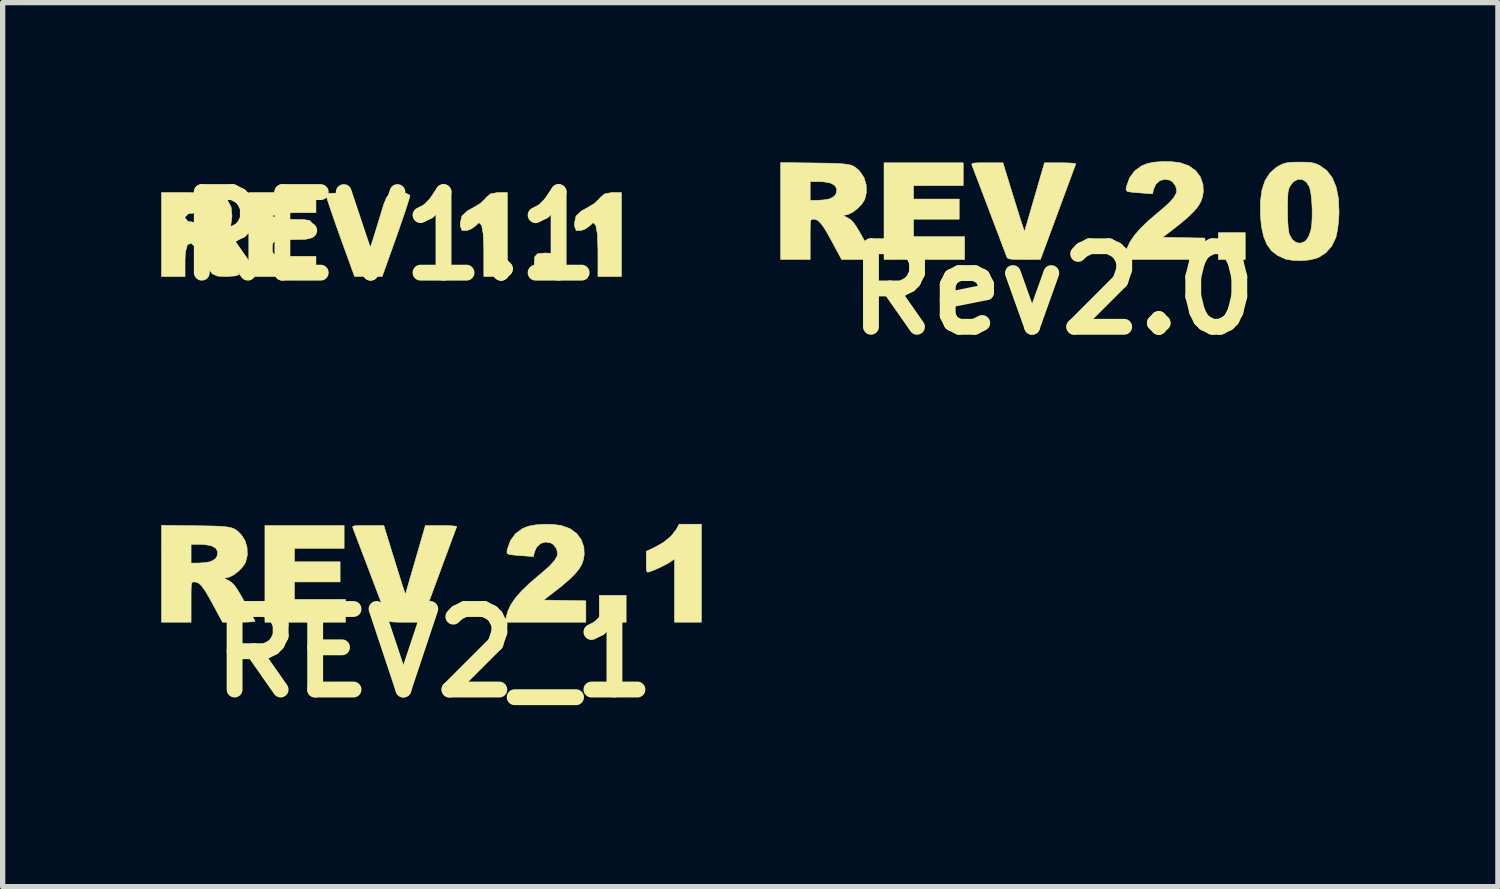
<source format=kicad_pcb>
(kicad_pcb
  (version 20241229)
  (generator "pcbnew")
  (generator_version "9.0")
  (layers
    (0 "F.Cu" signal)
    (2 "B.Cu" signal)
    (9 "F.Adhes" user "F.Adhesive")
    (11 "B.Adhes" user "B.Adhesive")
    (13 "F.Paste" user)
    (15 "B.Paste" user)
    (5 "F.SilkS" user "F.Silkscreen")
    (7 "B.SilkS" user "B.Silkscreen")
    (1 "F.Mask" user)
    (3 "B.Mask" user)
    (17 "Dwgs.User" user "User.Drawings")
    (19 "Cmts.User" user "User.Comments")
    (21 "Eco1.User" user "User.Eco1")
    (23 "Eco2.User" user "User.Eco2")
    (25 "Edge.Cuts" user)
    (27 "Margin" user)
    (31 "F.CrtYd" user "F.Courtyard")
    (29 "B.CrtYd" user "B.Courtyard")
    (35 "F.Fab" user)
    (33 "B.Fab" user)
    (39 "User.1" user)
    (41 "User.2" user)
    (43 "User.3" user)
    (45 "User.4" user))
  (footprint "REV2_1"
    (layer "F.Cu")
    (at 5.161 9.303)
    (property "Reference" "REV2_1" (at 0 0 0) (layer "F.SilkS") (effects (font (size 1.524 1.524) (thickness 0.3))))
    (attr through_hole)
    (fp_poly (pts (xy 3.632 -0.584) (xy 3.124 -0.584) (xy 3.124 -1.092) (xy 3.632 -1.092) (xy 3.632 -0.584)) (stroke (width 0.01) (type solid)) (fill yes) (layer "F.SilkS"))
    (fp_poly (pts (xy -1.702 -1.981) (xy -2.642 -1.981) (xy -2.642 -1.727) (xy -1.778 -1.727) (xy -1.778 -1.346) (xy -2.642 -1.346) (xy -2.642 -1.016) (xy -1.676 -1.016) (xy -1.676 -0.584) (xy -3.2 -0.584) (xy -3.2 -2.413) (xy -1.702 -2.413) (xy -1.702 -1.981)) (stroke (width 0.01) (type solid)) (fill yes) (layer "F.SilkS"))
    (fp_poly (pts (xy 5.055 -0.584) (xy 4.547 -0.584) (xy 4.547 -1.781) (xy 4.472 -1.728) (xy 4.397 -1.683) (xy 4.295 -1.631) (xy 4.186 -1.581) (xy 4.091 -1.544) (xy 4.07 -1.537) (xy 4.042 -1.531) (xy 4.025 -1.54) (xy 4.017 -1.573) (xy 4.014 -1.64) (xy 4.013 -1.723) (xy 4.013 -1.926) (xy 4.175 -2.001) (xy 4.341 -2.096) (xy 4.477 -2.207) (xy 4.574 -2.328) (xy 4.586 -2.348) (xy 4.634 -2.438) (xy 5.055 -2.438) (xy 5.055 -0.584)) (stroke (width 0.01) (type solid)) (fill yes) (layer "F.SilkS"))
    (fp_poly (pts (xy -0.789 -1.886) (xy -0.738 -1.722) (xy -0.69 -1.567) (xy -0.647 -1.43) (xy -0.613 -1.32) (xy -0.589 -1.247) (xy -0.585 -1.235) (xy -0.543 -1.111) (xy -0.354 -1.762) (xy -0.165 -2.413) (xy 0.135 -2.413) (xy 0.251 -2.411) (xy 0.345 -2.407) (xy 0.407 -2.4) (xy 0.428 -2.391) (xy 0.428 -2.391) (xy 0.417 -2.363) (xy 0.391 -2.293) (xy 0.351 -2.186) (xy 0.3 -2.047) (xy 0.239 -1.883) (xy 0.17 -1.697) (xy 0.096 -1.496) (xy 0.089 -1.477) (xy -0.241 -0.585) (xy -0.55 -0.584) (xy -0.681 -0.585) (xy -0.771 -0.588) (xy -0.827 -0.595) (xy -0.858 -0.607) (xy -0.874 -0.624) (xy -0.876 -0.629) (xy -0.889 -0.662) (xy -0.917 -0.737) (xy -0.96 -0.849) (xy -1.013 -0.99) (xy -1.076 -1.156) (xy -1.146 -1.34) (xy -1.206 -1.499) (xy -1.28 -1.694) (xy -1.349 -1.875) (xy -1.41 -2.036) (xy -1.462 -2.172) (xy -1.502 -2.277) (xy -1.528 -2.345) (xy -1.537 -2.369) (xy -1.541 -2.387) (xy -1.529 -2.4) (xy -1.493 -2.408) (xy -1.426 -2.412) (xy -1.32 -2.413) (xy -1.253 -2.413) (xy -0.951 -2.413) (xy -0.789 -1.886)) (stroke (width 0.01) (type solid)) (fill yes) (layer "F.SilkS"))
    (fp_poly (pts (xy 2.238 -2.434) (xy 2.389 -2.416) (xy 2.41 -2.411) (xy 2.568 -2.355) (xy 2.694 -2.264) (xy 2.784 -2.144) (xy 2.833 -2.002) (xy 2.839 -1.864) (xy 2.824 -1.769) (xy 2.793 -1.68) (xy 2.741 -1.591) (xy 2.664 -1.497) (xy 2.558 -1.393) (xy 2.418 -1.273) (xy 2.239 -1.132) (xy 2.22 -1.118) (xy 2.07 -1.003) (xy 2.47 -0.996) (xy 2.87 -0.989) (xy 2.87 -0.584) (xy 1.342 -0.584) (xy 1.359 -0.667) (xy 1.395 -0.794) (xy 1.454 -0.919) (xy 1.54 -1.045) (xy 1.658 -1.179) (xy 1.812 -1.326) (xy 2.005 -1.491) (xy 2.04 -1.519) (xy 2.182 -1.644) (xy 2.278 -1.751) (xy 2.329 -1.841) (xy 2.337 -1.885) (xy 2.315 -1.976) (xy 2.258 -2.052) (xy 2.207 -2.084) (xy 2.107 -2.101) (xy 2.015 -2.074) (xy 1.942 -2.008) (xy 1.898 -1.911) (xy 1.895 -1.902) (xy 1.88 -1.826) (xy 1.658 -1.842) (xy 1.532 -1.852) (xy 1.45 -1.861) (xy 1.402 -1.873) (xy 1.38 -1.893) (xy 1.378 -1.922) (xy 1.385 -1.962) (xy 1.444 -2.127) (xy 1.54 -2.259) (xy 1.672 -2.355) (xy 1.784 -2.4) (xy 1.914 -2.425) (xy 2.072 -2.437) (xy 2.238 -2.434)) (stroke (width 0.01) (type solid)) (fill yes) (layer "F.SilkS"))
    (fp_poly (pts (xy -4.515 -2.409) (xy -4.305 -2.406) (xy -4.14 -2.402) (xy -4.011 -2.396) (xy -3.914 -2.386) (xy -3.84 -2.372) (xy -3.783 -2.351) (xy -3.737 -2.323) (xy -3.695 -2.287) (xy -3.651 -2.242) (xy -3.578 -2.131) (xy -3.538 -1.996) (xy -3.533 -1.853) (xy -3.565 -1.72) (xy -3.617 -1.636) (xy -3.697 -1.552) (xy -3.788 -1.481) (xy -3.875 -1.438) (xy -3.888 -1.435) (xy -3.972 -1.416) (xy -3.893 -1.375) (xy -3.847 -1.347) (xy -3.805 -1.312) (xy -3.762 -1.261) (xy -3.713 -1.188) (xy -3.652 -1.086) (xy -3.575 -0.948) (xy -3.556 -0.914) (xy -3.496 -0.804) (xy -3.444 -0.71) (xy -3.406 -0.64) (xy -3.387 -0.605) (xy -3.386 -0.603) (xy -3.405 -0.596) (xy -3.467 -0.59) (xy -3.56 -0.586) (xy -3.676 -0.584) (xy -3.689 -0.584) (xy -4.002 -0.584) (xy -4.187 -0.927) (xy -4.271 -1.079) (xy -4.339 -1.191) (xy -4.395 -1.267) (xy -4.444 -1.315) (xy -4.491 -1.34) (xy -4.54 -1.346) (xy -4.562 -1.345) (xy -4.577 -1.336) (xy -4.588 -1.311) (xy -4.594 -1.264) (xy -4.596 -1.186) (xy -4.597 -1.07) (xy -4.597 -0.965) (xy -4.597 -0.584) (xy -5.156 -0.584) (xy -5.156 -1.702) (xy -4.597 -1.702) (xy -4.451 -1.703) (xy -4.352 -1.71) (xy -4.258 -1.724) (xy -4.217 -1.735) (xy -4.137 -1.783) (xy -4.104 -1.836) (xy -4.094 -1.92) (xy -4.131 -1.985) (xy -4.213 -2.03) (xy -4.338 -2.053) (xy -4.426 -2.057) (xy -4.597 -2.057) (xy -4.597 -1.702) (xy -5.156 -1.702) (xy -5.156 -2.417) (xy -4.515 -2.409)) (stroke (width 0.01) (type solid)) (fill yes) (layer "F.SilkS")))
  (footprint "REV1.1"
    (layer "F.Cu")
    (at 4.323 1.418)
    (property "Reference" "REV1.1" (at 0 0 0) (layer "F.SilkS") (effects (font (size 1.524 1.524) (thickness 0.3))))
    (attr through_hole)
    (fp_poly (pts (xy 3.102 0.327) (xy 3.163 0.383) (xy 3.175 0.523) (xy 3.175 0.54) (xy 3.165 0.689) (xy 3.11 0.75) (xy 2.97 0.762) (xy 2.953 0.762) (xy 2.804 0.752) (xy 2.743 0.697) (xy 2.731 0.557) (xy 2.731 0.54) (xy 2.74 0.391) (xy 2.796 0.33) (xy 2.936 0.318) (xy 2.953 0.318) (xy 3.102 0.327)) (stroke (width 0.01) (type solid)) (fill yes) (layer "F.SilkS"))
    (fp_poly (pts (xy 2.223 0.762) (xy 1.778 0.762) (xy 1.778 0.254) (xy 1.768 -0.036) (xy 1.737 -0.208) (xy 1.686 -0.259) (xy 1.624 -0.198) (xy 1.54 -0.138) (xy 1.461 -0.109) (xy 1.368 -0.107) (xy 1.335 -0.19) (xy 1.333 -0.248) (xy 1.363 -0.382) (xy 1.471 -0.482) (xy 1.558 -0.528) (xy 1.712 -0.62) (xy 1.81 -0.713) (xy 1.819 -0.73) (xy 1.905 -0.801) (xy 2.039 -0.826) (xy 2.223 -0.826) (xy 2.223 0.762)) (stroke (width 0.01) (type solid)) (fill yes) (layer "F.SilkS"))
    (fp_poly (pts (xy 4.381 0.762) (xy 3.937 0.762) (xy 3.937 0.254) (xy 3.927 -0.036) (xy 3.896 -0.208) (xy 3.845 -0.259) (xy 3.783 -0.198) (xy 3.699 -0.138) (xy 3.62 -0.109) (xy 3.527 -0.107) (xy 3.494 -0.19) (xy 3.493 -0.248) (xy 3.522 -0.382) (xy 3.63 -0.482) (xy 3.717 -0.528) (xy 3.871 -0.62) (xy 3.969 -0.713) (xy 3.978 -0.73) (xy 4.064 -0.801) (xy 4.198 -0.826) (xy 4.381 -0.826) (xy 4.381 0.762)) (stroke (width 0.01) (type solid)) (fill yes) (layer "F.SilkS"))
    (fp_poly (pts (xy -1.397 -0.445) (xy -1.81 -0.445) (xy -2.025 -0.436) (xy -2.173 -0.412) (xy -2.223 -0.381) (xy -2.165 -0.347) (xy -2.014 -0.324) (xy -1.841 -0.318) (xy -1.631 -0.315) (xy -1.517 -0.298) (xy -1.47 -0.25) (xy -1.461 -0.158) (xy -1.46 -0.127) (xy -1.465 -0.022) (xy -1.5 0.035) (xy -1.595 0.059) (xy -1.78 0.063) (xy -1.841 0.064) (xy -2.053 0.067) (xy -2.167 0.085) (xy -2.213 0.131) (xy -2.222 0.217) (xy -2.223 0.222) (xy -2.215 0.308) (xy -2.174 0.355) (xy -2.071 0.376) (xy -1.877 0.381) (xy -1.81 0.381) (xy -1.397 0.381) (xy -1.397 0.762) (xy -2.667 0.762) (xy -2.667 -0.826) (xy -1.397 -0.826) (xy -1.397 -0.445)) (stroke (width 0.01) (type solid)) (fill yes) (layer "F.SilkS"))
    (fp_poly (pts (xy 0.309 -0.811) (xy 0.38 -0.775) (xy 0.381 -0.769) (xy 0.361 -0.69) (xy 0.306 -0.517) (xy 0.224 -0.275) (xy 0.124 0.011) (xy 0.119 0.025) (xy -0.144 0.762) (xy -0.405 0.761) (xy -0.667 0.76) (xy -0.937 0.015) (xy -1.04 -0.274) (xy -1.124 -0.519) (xy -1.183 -0.696) (xy -1.206 -0.78) (xy -1.206 -0.782) (xy -1.151 -0.81) (xy -1.013 -0.816) (xy -0.974 -0.813) (xy -0.741 -0.794) (xy -0.57 -0.254) (xy -0.488 -0.016) (xy -0.42 0.141) (xy -0.373 0.2) (xy -0.361 0.191) (xy -0.326 0.086) (xy -0.267 -0.103) (xy -0.196 -0.336) (xy -0.187 -0.365) (xy -0.116 -0.599) (xy -0.06 -0.736) (xy -0.001 -0.802) (xy 0.083 -0.824) (xy 0.165 -0.826) (xy 0.309 -0.811)) (stroke (width 0.01) (type solid)) (fill yes) (layer "F.SilkS"))
    (fp_poly (pts (xy -3.451 -0.813) (xy -3.218 -0.77) (xy -3.074 -0.686) (xy -3.002 -0.552) (xy -2.985 -0.381) (xy -3.011 -0.179) (xy -3.102 -0.053) (xy -3.123 -0.037) (xy -3.216 0.043) (xy -3.21 0.113) (xy -3.162 0.173) (xy -3.078 0.29) (xy -2.982 0.451) (xy -2.9 0.609) (xy -2.859 0.716) (xy -2.857 0.727) (xy -2.914 0.749) (xy -3.055 0.761) (xy -3.11 0.762) (xy -3.259 0.754) (xy -3.357 0.711) (xy -3.439 0.605) (xy -3.524 0.445) (xy -3.653 0.228) (xy -3.755 0.133) (xy -3.828 0.159) (xy -3.867 0.305) (xy -3.873 0.445) (xy -3.873 0.762) (xy -4.318 0.762) (xy -4.318 -0.345) (xy -3.873 -0.345) (xy -3.822 -0.283) (xy -3.703 -0.262) (xy -3.567 -0.28) (xy -3.465 -0.333) (xy -3.444 -0.365) (xy -3.477 -0.423) (xy -3.628 -0.444) (xy -3.646 -0.445) (xy -3.81 -0.426) (xy -3.872 -0.365) (xy -3.873 -0.345) (xy -4.318 -0.345) (xy -4.318 -0.826) (xy -3.792 -0.826) (xy -3.451 -0.813)) (stroke (width 0.01) (type solid)) (fill yes) (layer "F.SilkS")))
  (footprint "Rev2.0"
    (layer "F.Cu")
    (at 16.871 2.442)
    (property "Reference" "Rev2.0" (at 0 0 0) (layer "F.SilkS") (effects (font (size 1.524 1.524) (thickness 0.3))))
    (attr through_hole)
    (fp_poly (pts (xy 3.632 -0.584) (xy 3.124 -0.584) (xy 3.124 -1.092) (xy 3.632 -1.092) (xy 3.632 -0.584)) (stroke (width 0.01) (type solid)) (fill yes) (layer "F.SilkS"))
    (fp_poly (pts (xy -1.702 -1.981) (xy -2.642 -1.981) (xy -2.642 -1.727) (xy -1.778 -1.727) (xy -1.778 -1.346) (xy -2.642 -1.346) (xy -2.642 -1.016) (xy -1.676 -1.016) (xy -1.676 -0.584) (xy -3.2 -0.584) (xy -3.2 -2.413) (xy -1.702 -2.413) (xy -1.702 -1.981)) (stroke (width 0.01) (type solid)) (fill yes) (layer "F.SilkS"))
    (fp_poly (pts (xy -0.789 -1.886) (xy -0.738 -1.722) (xy -0.69 -1.567) (xy -0.647 -1.43) (xy -0.613 -1.32) (xy -0.589 -1.247) (xy -0.585 -1.235) (xy -0.543 -1.111) (xy -0.354 -1.762) (xy -0.165 -2.413) (xy 0.135 -2.413) (xy 0.251 -2.411) (xy 0.345 -2.407) (xy 0.407 -2.4) (xy 0.428 -2.391) (xy 0.428 -2.391) (xy 0.417 -2.363) (xy 0.391 -2.293) (xy 0.351 -2.186) (xy 0.3 -2.047) (xy 0.239 -1.883) (xy 0.17 -1.697) (xy 0.096 -1.496) (xy 0.089 -1.477) (xy -0.241 -0.585) (xy -0.55 -0.584) (xy -0.681 -0.585) (xy -0.771 -0.588) (xy -0.827 -0.595) (xy -0.858 -0.607) (xy -0.874 -0.624) (xy -0.876 -0.629) (xy -0.889 -0.662) (xy -0.917 -0.737) (xy -0.96 -0.849) (xy -1.013 -0.99) (xy -1.076 -1.156) (xy -1.146 -1.34) (xy -1.206 -1.499) (xy -1.28 -1.694) (xy -1.349 -1.875) (xy -1.41 -2.036) (xy -1.462 -2.172) (xy -1.502 -2.277) (xy -1.528 -2.345) (xy -1.537 -2.369) (xy -1.541 -2.387) (xy -1.529 -2.4) (xy -1.493 -2.408) (xy -1.426 -2.412) (xy -1.32 -2.413) (xy -1.253 -2.413) (xy -0.951 -2.413) (xy -0.789 -1.886)) (stroke (width 0.01) (type solid)) (fill yes) (layer "F.SilkS"))
    (fp_poly (pts (xy 2.238 -2.434) (xy 2.389 -2.416) (xy 2.41 -2.411) (xy 2.568 -2.355) (xy 2.694 -2.264) (xy 2.784 -2.144) (xy 2.833 -2.002) (xy 2.839 -1.864) (xy 2.824 -1.769) (xy 2.793 -1.68) (xy 2.741 -1.591) (xy 2.664 -1.497) (xy 2.558 -1.393) (xy 2.418 -1.273) (xy 2.239 -1.132) (xy 2.22 -1.118) (xy 2.07 -1.003) (xy 2.47 -0.996) (xy 2.87 -0.989) (xy 2.87 -0.584) (xy 1.342 -0.584) (xy 1.359 -0.667) (xy 1.395 -0.794) (xy 1.454 -0.919) (xy 1.54 -1.045) (xy 1.658 -1.179) (xy 1.812 -1.326) (xy 2.005 -1.491) (xy 2.04 -1.519) (xy 2.182 -1.644) (xy 2.278 -1.751) (xy 2.329 -1.841) (xy 2.337 -1.885) (xy 2.315 -1.976) (xy 2.258 -2.052) (xy 2.207 -2.084) (xy 2.107 -2.101) (xy 2.015 -2.074) (xy 1.942 -2.008) (xy 1.898 -1.911) (xy 1.895 -1.902) (xy 1.88 -1.826) (xy 1.658 -1.842) (xy 1.532 -1.852) (xy 1.45 -1.861) (xy 1.402 -1.873) (xy 1.38 -1.893) (xy 1.378 -1.922) (xy 1.385 -1.962) (xy 1.444 -2.127) (xy 1.54 -2.259) (xy 1.672 -2.355) (xy 1.784 -2.4) (xy 1.914 -2.425) (xy 2.072 -2.437) (xy 2.238 -2.434)) (stroke (width 0.01) (type solid)) (fill yes) (layer "F.SilkS"))
    (fp_poly (pts (xy -4.515 -2.409) (xy -4.305 -2.406) (xy -4.14 -2.402) (xy -4.011 -2.396) (xy -3.914 -2.386) (xy -3.84 -2.372) (xy -3.783 -2.351) (xy -3.737 -2.323) (xy -3.695 -2.287) (xy -3.651 -2.242) (xy -3.578 -2.131) (xy -3.538 -1.996) (xy -3.533 -1.853) (xy -3.565 -1.72) (xy -3.617 -1.636) (xy -3.697 -1.552) (xy -3.788 -1.481) (xy -3.875 -1.438) (xy -3.888 -1.435) (xy -3.972 -1.416) (xy -3.893 -1.375) (xy -3.847 -1.347) (xy -3.805 -1.312) (xy -3.762 -1.261) (xy -3.713 -1.188) (xy -3.652 -1.086) (xy -3.575 -0.948) (xy -3.556 -0.914) (xy -3.496 -0.804) (xy -3.444 -0.71) (xy -3.406 -0.64) (xy -3.387 -0.605) (xy -3.386 -0.603) (xy -3.405 -0.596) (xy -3.467 -0.59) (xy -3.56 -0.586) (xy -3.676 -0.584) (xy -3.689 -0.584) (xy -4.002 -0.584) (xy -4.187 -0.927) (xy -4.271 -1.079) (xy -4.339 -1.191) (xy -4.395 -1.267) (xy -4.444 -1.315) (xy -4.491 -1.34) (xy -4.54 -1.346) (xy -4.562 -1.345) (xy -4.577 -1.336) (xy -4.588 -1.311) (xy -4.594 -1.264) (xy -4.596 -1.186) (xy -4.597 -1.07) (xy -4.597 -0.965) (xy -4.597 -0.584) (xy -5.156 -0.584) (xy -5.156 -1.702) (xy -4.597 -1.702) (xy -4.451 -1.703) (xy -4.352 -1.71) (xy -4.258 -1.724) (xy -4.217 -1.735) (xy -4.137 -1.783) (xy -4.104 -1.836) (xy -4.094 -1.92) (xy -4.131 -1.985) (xy -4.213 -2.03) (xy -4.338 -2.053) (xy -4.426 -2.057) (xy -4.597 -2.057) (xy -4.597 -1.702) (xy -5.156 -1.702) (xy -5.156 -2.417) (xy -4.515 -2.409)) (stroke (width 0.01) (type solid)) (fill yes) (layer "F.SilkS"))
    (fp_poly (pts (xy 4.785 -2.424) (xy 4.874 -2.418) (xy 4.942 -2.404) (xy 5.004 -2.38) (xy 5.042 -2.361) (xy 5.176 -2.265) (xy 5.279 -2.129) (xy 5.352 -1.953) (xy 5.395 -1.739) (xy 5.406 -1.488) (xy 5.403 -1.399) (xy 5.392 -1.257) (xy 5.373 -1.124) (xy 5.351 -1.017) (xy 5.343 -0.992) (xy 5.268 -0.837) (xy 5.158 -0.712) (xy 5.022 -0.624) (xy 4.955 -0.6) (xy 4.825 -0.573) (xy 4.678 -0.562) (xy 4.534 -0.567) (xy 4.413 -0.587) (xy 4.394 -0.593) (xy 4.247 -0.658) (xy 4.13 -0.748) (xy 4.042 -0.868) (xy 3.979 -1.022) (xy 3.938 -1.215) (xy 3.919 -1.425) (xy 3.919 -1.524) (xy 4.432 -1.524) (xy 4.435 -1.333) (xy 4.444 -1.186) (xy 4.459 -1.087) (xy 4.466 -1.061) (xy 4.519 -0.964) (xy 4.59 -0.907) (xy 4.671 -0.891) (xy 4.752 -0.92) (xy 4.786 -0.949) (xy 4.833 -1.02) (xy 4.87 -1.126) (xy 4.877 -1.158) (xy 4.892 -1.267) (xy 4.898 -1.403) (xy 4.897 -1.552) (xy 4.889 -1.698) (xy 4.875 -1.829) (xy 4.854 -1.93) (xy 4.843 -1.962) (xy 4.785 -2.052) (xy 4.709 -2.097) (xy 4.626 -2.099) (xy 4.545 -2.056) (xy 4.484 -1.981) (xy 4.464 -1.94) (xy 4.449 -1.895) (xy 4.44 -1.834) (xy 4.435 -1.749) (xy 4.433 -1.629) (xy 4.432 -1.524) (xy 3.919 -1.524) (xy 3.919 -1.681) (xy 3.948 -1.898) (xy 4.007 -2.076) (xy 4.098 -2.218) (xy 4.219 -2.326) (xy 4.279 -2.361) (xy 4.345 -2.392) (xy 4.408 -2.411) (xy 4.483 -2.421) (xy 4.584 -2.425) (xy 4.661 -2.426) (xy 4.785 -2.424)) (stroke (width 0.01) (type solid)) (fill yes) (layer "F.SilkS")))
  (gr_rect
    (start -3 -3)
    (end 25.282 13.721)
    (stroke (width 0.1) (type default))
    (fill no)
    (layer "Edge.Cuts")))
</source>
